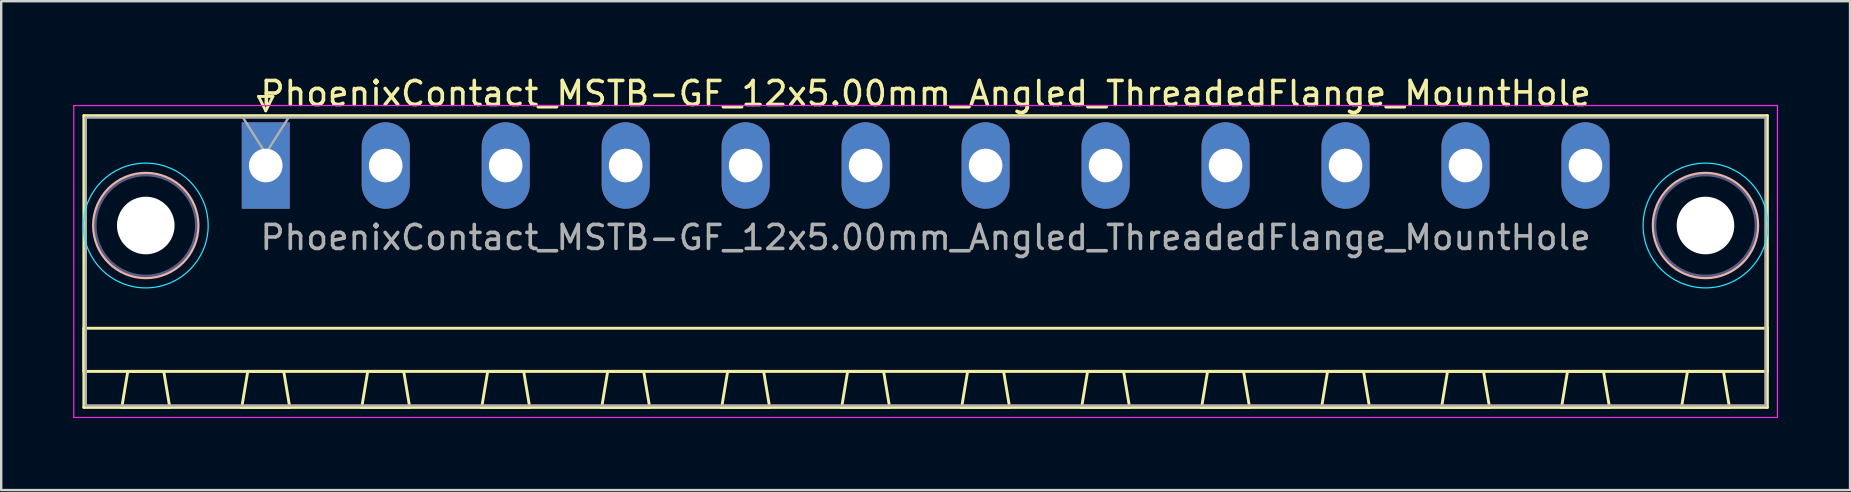
<source format=kicad_pcb>
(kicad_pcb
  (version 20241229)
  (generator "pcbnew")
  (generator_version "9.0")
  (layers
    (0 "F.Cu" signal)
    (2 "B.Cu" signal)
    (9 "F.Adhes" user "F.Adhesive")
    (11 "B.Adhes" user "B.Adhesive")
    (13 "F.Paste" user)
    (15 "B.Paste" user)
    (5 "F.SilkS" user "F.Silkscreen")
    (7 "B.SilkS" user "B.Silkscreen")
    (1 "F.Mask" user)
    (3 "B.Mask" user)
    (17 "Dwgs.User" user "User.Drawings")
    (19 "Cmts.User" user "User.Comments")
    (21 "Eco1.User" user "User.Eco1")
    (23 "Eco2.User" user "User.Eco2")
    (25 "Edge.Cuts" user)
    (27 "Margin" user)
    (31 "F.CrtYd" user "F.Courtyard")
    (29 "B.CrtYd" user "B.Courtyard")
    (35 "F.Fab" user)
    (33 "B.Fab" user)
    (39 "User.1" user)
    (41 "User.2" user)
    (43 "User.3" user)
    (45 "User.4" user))
  (footprint "PhoenixContact_MSTB-GF_12x5.00mm_Angled_ThreadedFlange_MountHole"
    (layer "F.Cu")
    (at 8.025 3.848)
    (property "Reference" "PhoenixContact_MSTB-GF_12x5.00mm_Angled_ThreadedFlange_MountHole" (at 27.5 -3 0) (layer "F.SilkS") (effects (font (size 1 1) (thickness 0.15))))
    (attr through_hole)
    (fp_line (start -7.58 -2.08) (end -7.58 10.08) (stroke (width 0.12) (type solid)) (layer "F.SilkS"))
    (fp_line (start -7.58 6.78) (end 62.58 6.78) (stroke (width 0.12) (type solid)) (layer "F.SilkS"))
    (fp_line (start -7.58 8.58) (end -7.58 6.78) (stroke (width 0.12) (type solid)) (layer "F.SilkS"))
    (fp_line (start -7.58 10.08) (end 62.58 10.08) (stroke (width 0.12) (type solid)) (layer "F.SilkS"))
    (fp_line (start -6 10.08) (end -4 10.08) (stroke (width 0.12) (type solid)) (layer "F.SilkS"))
    (fp_line (start -5.75 8.58) (end -6 10.08) (stroke (width 0.12) (type solid)) (layer "F.SilkS"))
    (fp_line (start -4.25 8.58) (end -5.75 8.58) (stroke (width 0.12) (type solid)) (layer "F.SilkS"))
    (fp_line (start -4 10.08) (end -4.25 8.58) (stroke (width 0.12) (type solid)) (layer "F.SilkS"))
    (fp_line (start -1 10.08) (end 1 10.08) (stroke (width 0.12) (type solid)) (layer "F.SilkS"))
    (fp_line (start -0.75 8.58) (end -1 10.08) (stroke (width 0.12) (type solid)) (layer "F.SilkS"))
    (fp_line (start -0.3 -2.88) (end 0.3 -2.88) (stroke (width 0.12) (type solid)) (layer "F.SilkS"))
    (fp_line (start 0 -2.28) (end -0.3 -2.88) (stroke (width 0.12) (type solid)) (layer "F.SilkS"))
    (fp_line (start 0.3 -2.88) (end 0 -2.28) (stroke (width 0.12) (type solid)) (layer "F.SilkS"))
    (fp_line (start 0.75 8.58) (end -0.75 8.58) (stroke (width 0.12) (type solid)) (layer "F.SilkS"))
    (fp_line (start 1 10.08) (end 0.75 8.58) (stroke (width 0.12) (type solid)) (layer "F.SilkS"))
    (fp_line (start 4 10.08) (end 6 10.08) (stroke (width 0.12) (type solid)) (layer "F.SilkS"))
    (fp_line (start 4.25 8.58) (end 4 10.08) (stroke (width 0.12) (type solid)) (layer "F.SilkS"))
    (fp_line (start 5.75 8.58) (end 4.25 8.58) (stroke (width 0.12) (type solid)) (layer "F.SilkS"))
    (fp_line (start 6 10.08) (end 5.75 8.58) (stroke (width 0.12) (type solid)) (layer "F.SilkS"))
    (fp_line (start 9 10.08) (end 11 10.08) (stroke (width 0.12) (type solid)) (layer "F.SilkS"))
    (fp_line (start 9.25 8.58) (end 9 10.08) (stroke (width 0.12) (type solid)) (layer "F.SilkS"))
    (fp_line (start 10.75 8.58) (end 9.25 8.58) (stroke (width 0.12) (type solid)) (layer "F.SilkS"))
    (fp_line (start 11 10.08) (end 10.75 8.58) (stroke (width 0.12) (type solid)) (layer "F.SilkS"))
    (fp_line (start 14 10.08) (end 16 10.08) (stroke (width 0.12) (type solid)) (layer "F.SilkS"))
    (fp_line (start 14.25 8.58) (end 14 10.08) (stroke (width 0.12) (type solid)) (layer "F.SilkS"))
    (fp_line (start 15.75 8.58) (end 14.25 8.58) (stroke (width 0.12) (type solid)) (layer "F.SilkS"))
    (fp_line (start 16 10.08) (end 15.75 8.58) (stroke (width 0.12) (type solid)) (layer "F.SilkS"))
    (fp_line (start 19 10.08) (end 21 10.08) (stroke (width 0.12) (type solid)) (layer "F.SilkS"))
    (fp_line (start 19.25 8.58) (end 19 10.08) (stroke (width 0.12) (type solid)) (layer "F.SilkS"))
    (fp_line (start 20.75 8.58) (end 19.25 8.58) (stroke (width 0.12) (type solid)) (layer "F.SilkS"))
    (fp_line (start 21 10.08) (end 20.75 8.58) (stroke (width 0.12) (type solid)) (layer "F.SilkS"))
    (fp_line (start 24 10.08) (end 26 10.08) (stroke (width 0.12) (type solid)) (layer "F.SilkS"))
    (fp_line (start 24.25 8.58) (end 24 10.08) (stroke (width 0.12) (type solid)) (layer "F.SilkS"))
    (fp_line (start 25.75 8.58) (end 24.25 8.58) (stroke (width 0.12) (type solid)) (layer "F.SilkS"))
    (fp_line (start 26 10.08) (end 25.75 8.58) (stroke (width 0.12) (type solid)) (layer "F.SilkS"))
    (fp_line (start 29 10.08) (end 31 10.08) (stroke (width 0.12) (type solid)) (layer "F.SilkS"))
    (fp_line (start 29.25 8.58) (end 29 10.08) (stroke (width 0.12) (type solid)) (layer "F.SilkS"))
    (fp_line (start 30.75 8.58) (end 29.25 8.58) (stroke (width 0.12) (type solid)) (layer "F.SilkS"))
    (fp_line (start 31 10.08) (end 30.75 8.58) (stroke (width 0.12) (type solid)) (layer "F.SilkS"))
    (fp_line (start 34 10.08) (end 36 10.08) (stroke (width 0.12) (type solid)) (layer "F.SilkS"))
    (fp_line (start 34.25 8.58) (end 34 10.08) (stroke (width 0.12) (type solid)) (layer "F.SilkS"))
    (fp_line (start 35.75 8.58) (end 34.25 8.58) (stroke (width 0.12) (type solid)) (layer "F.SilkS"))
    (fp_line (start 36 10.08) (end 35.75 8.58) (stroke (width 0.12) (type solid)) (layer "F.SilkS"))
    (fp_line (start 39 10.08) (end 41 10.08) (stroke (width 0.12) (type solid)) (layer "F.SilkS"))
    (fp_line (start 39.25 8.58) (end 39 10.08) (stroke (width 0.12) (type solid)) (layer "F.SilkS"))
    (fp_line (start 40.75 8.58) (end 39.25 8.58) (stroke (width 0.12) (type solid)) (layer "F.SilkS"))
    (fp_line (start 41 10.08) (end 40.75 8.58) (stroke (width 0.12) (type solid)) (layer "F.SilkS"))
    (fp_line (start 44 10.08) (end 46 10.08) (stroke (width 0.12) (type solid)) (layer "F.SilkS"))
    (fp_line (start 44.25 8.58) (end 44 10.08) (stroke (width 0.12) (type solid)) (layer "F.SilkS"))
    (fp_line (start 45.75 8.58) (end 44.25 8.58) (stroke (width 0.12) (type solid)) (layer "F.SilkS"))
    (fp_line (start 46 10.08) (end 45.75 8.58) (stroke (width 0.12) (type solid)) (layer "F.SilkS"))
    (fp_line (start 49 10.08) (end 51 10.08) (stroke (width 0.12) (type solid)) (layer "F.SilkS"))
    (fp_line (start 49.25 8.58) (end 49 10.08) (stroke (width 0.12) (type solid)) (layer "F.SilkS"))
    (fp_line (start 50.75 8.58) (end 49.25 8.58) (stroke (width 0.12) (type solid)) (layer "F.SilkS"))
    (fp_line (start 51 10.08) (end 50.75 8.58) (stroke (width 0.12) (type solid)) (layer "F.SilkS"))
    (fp_line (start 54 10.08) (end 56 10.08) (stroke (width 0.12) (type solid)) (layer "F.SilkS"))
    (fp_line (start 54.25 8.58) (end 54 10.08) (stroke (width 0.12) (type solid)) (layer "F.SilkS"))
    (fp_line (start 55.75 8.58) (end 54.25 8.58) (stroke (width 0.12) (type solid)) (layer "F.SilkS"))
    (fp_line (start 56 10.08) (end 55.75 8.58) (stroke (width 0.12) (type solid)) (layer "F.SilkS"))
    (fp_line (start 59 10.08) (end 61 10.08) (stroke (width 0.12) (type solid)) (layer "F.SilkS"))
    (fp_line (start 59.25 8.58) (end 59 10.08) (stroke (width 0.12) (type solid)) (layer "F.SilkS"))
    (fp_line (start 60.75 8.58) (end 59.25 8.58) (stroke (width 0.12) (type solid)) (layer "F.SilkS"))
    (fp_line (start 61 10.08) (end 60.75 8.58) (stroke (width 0.12) (type solid)) (layer "F.SilkS"))
    (fp_line (start 62.58 -2.08) (end -7.58 -2.08) (stroke (width 0.12) (type solid)) (layer "F.SilkS"))
    (fp_line (start 62.58 6.78) (end 62.58 8.58) (stroke (width 0.12) (type solid)) (layer "F.SilkS"))
    (fp_line (start 62.58 8.58) (end -7.58 8.58) (stroke (width 0.12) (type solid)) (layer "F.SilkS"))
    (fp_line (start 62.58 10.08) (end 62.58 -2.08) (stroke (width 0.12) (type solid)) (layer "F.SilkS"))
    (fp_circle (center -5 2.5) (end -2.82 2.5) (stroke (width 0.12) (type solid)) (fill no) (layer "B.SilkS"))
    (fp_circle (center 60 2.5) (end 62.18 2.5) (stroke (width 0.12) (type solid)) (fill no) (layer "B.SilkS"))
    (fp_circle (center -5 2.5) (end -2.4 2.5) (stroke (width 0.05) (type solid)) (fill no) (layer "B.CrtYd"))
    (fp_circle (center 60 2.5) (end 62.6 2.5) (stroke (width 0.05) (type solid)) (fill no) (layer "B.CrtYd"))
    (fp_line (start -8 -2.5) (end -8 10.5) (stroke (width 0.05) (type solid)) (layer "F.CrtYd"))
    (fp_line (start -8 10.5) (end 63 10.5) (stroke (width 0.05) (type solid)) (layer "F.CrtYd"))
    (fp_line (start 63 -2.5) (end -8 -2.5) (stroke (width 0.05) (type solid)) (layer "F.CrtYd"))
    (fp_line (start 63 10.5) (end 63 -2.5) (stroke (width 0.05) (type solid)) (layer "F.CrtYd"))
    (fp_circle (center -5 2.5) (end -2.9 2.5) (stroke (width 0.1) (type solid)) (fill no) (layer "B.Fab"))
    (fp_circle (center 60 2.5) (end 62.1 2.5) (stroke (width 0.1) (type solid)) (fill no) (layer "B.Fab"))
    (fp_line (start -7.5 -2) (end -7.5 10) (stroke (width 0.1) (type solid)) (layer "F.Fab"))
    (fp_line (start -7.5 10) (end 62.5 10) (stroke (width 0.1) (type solid)) (layer "F.Fab"))
    (fp_line (start 0 -0.5) (end -0.95 -2) (stroke (width 0.1) (type solid)) (layer "F.Fab"))
    (fp_line (start 0.95 -2) (end 0 -0.5) (stroke (width 0.1) (type solid)) (layer "F.Fab"))
    (fp_line (start 62.5 -2) (end -7.5 -2) (stroke (width 0.1) (type solid)) (layer "F.Fab"))
    (fp_line (start 62.5 10) (end 62.5 -2) (stroke (width 0.1) (type solid)) (layer "F.Fab"))
    (fp_text user "${REFERENCE}" (at 27.5 3 0) (layer "F.Fab") (effects (font (size 1 1) (thickness 0.15))))
    (pad "" np_thru_hole circle (at -5 2.5) (size 2.4 2.4) (drill 2.4) (layers "*.Cu" "*.Mask"))
    (pad "" np_thru_hole circle (at 60 2.5) (size 2.4 2.4) (drill 2.4) (layers "*.Cu" "*.Mask"))
    (pad "1" thru_hole rect (at 0 0) (size 2 3.6) (drill 1.4) (layers "*.Cu" "*.Mask"))
    (pad "2" thru_hole oval (at 5 0) (size 2 3.6) (drill 1.4) (layers "*.Cu" "*.Mask"))
    (pad "3" thru_hole oval (at 10 0) (size 2 3.6) (drill 1.4) (layers "*.Cu" "*.Mask"))
    (pad "4" thru_hole oval (at 15 0) (size 2 3.6) (drill 1.4) (layers "*.Cu" "*.Mask"))
    (pad "5" thru_hole oval (at 20 0) (size 2 3.6) (drill 1.4) (layers "*.Cu" "*.Mask"))
    (pad "6" thru_hole oval (at 25 0) (size 2 3.6) (drill 1.4) (layers "*.Cu" "*.Mask"))
    (pad "7" thru_hole oval (at 30 0) (size 2 3.6) (drill 1.4) (layers "*.Cu" "*.Mask"))
    (pad "8" thru_hole oval (at 35 0) (size 2 3.6) (drill 1.4) (layers "*.Cu" "*.Mask"))
    (pad "9" thru_hole oval (at 40 0) (size 2 3.6) (drill 1.4) (layers "*.Cu" "*.Mask"))
    (pad "10" thru_hole oval (at 45 0) (size 2 3.6) (drill 1.4) (layers "*.Cu" "*.Mask"))
    (pad "11" thru_hole oval (at 50 0) (size 2 3.6) (drill 1.4) (layers "*.Cu" "*.Mask"))
    (pad "12" thru_hole oval (at 55 0) (size 2 3.6) (drill 1.4) (layers "*.Cu" "*.Mask")))
  (gr_rect
    (start -3 -3)
    (end 74.05 17.373)
    (stroke (width 0.1) (type default))
    (fill no)
    (layer "Edge.Cuts")))
</source>
